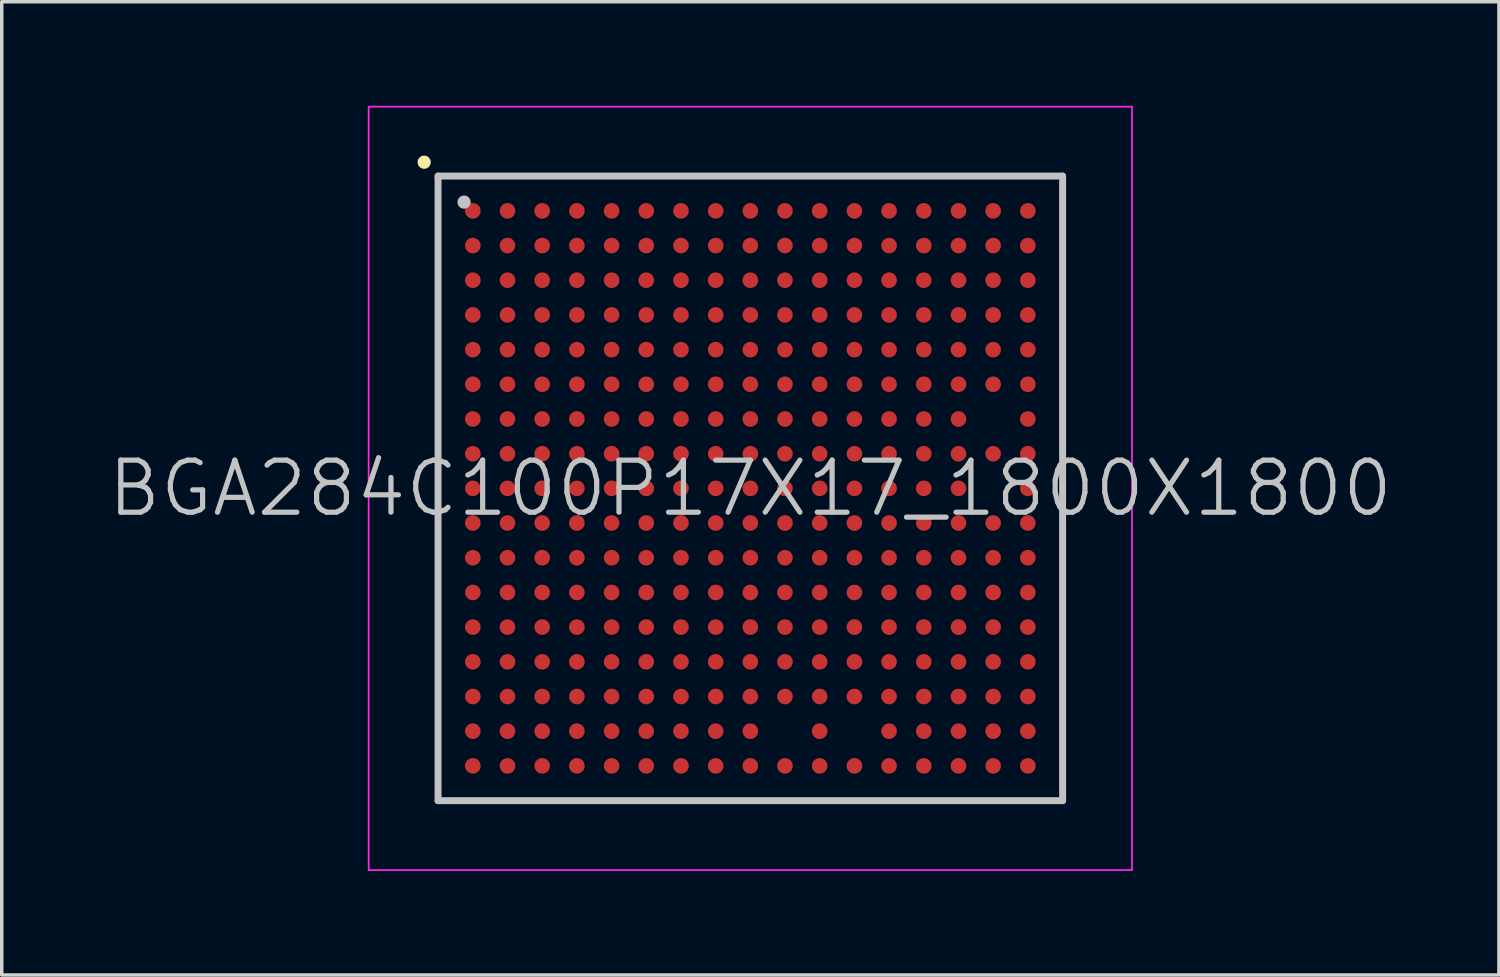
<source format=kicad_pcb>
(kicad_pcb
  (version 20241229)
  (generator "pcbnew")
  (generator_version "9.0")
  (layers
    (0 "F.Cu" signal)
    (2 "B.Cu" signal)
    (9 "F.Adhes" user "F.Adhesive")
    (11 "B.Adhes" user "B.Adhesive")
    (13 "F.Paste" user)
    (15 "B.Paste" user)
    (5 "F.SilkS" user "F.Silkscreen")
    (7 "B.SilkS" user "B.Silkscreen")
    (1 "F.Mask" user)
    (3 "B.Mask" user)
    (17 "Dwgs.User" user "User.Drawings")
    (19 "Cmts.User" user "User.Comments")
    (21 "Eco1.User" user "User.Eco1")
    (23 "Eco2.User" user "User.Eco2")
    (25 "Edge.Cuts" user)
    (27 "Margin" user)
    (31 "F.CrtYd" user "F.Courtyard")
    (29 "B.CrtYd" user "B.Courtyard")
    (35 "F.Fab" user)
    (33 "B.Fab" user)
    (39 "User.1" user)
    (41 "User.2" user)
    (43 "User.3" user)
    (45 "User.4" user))
  (footprint "BGA284C100P17X17_1800X1800"
    (layer "F.Cu")
    (at 18.575 11.025)
    (property "Reference" "BGA284C100P17X17_1800X1800" (at 0 0 0) (layer "Dwgs.User") (effects (font (size 1.5 1.5) (thickness 0.15))))
    (attr smd)
    (fp_line (start -9.4 -9.4) (end -9.4 -9.4) (stroke (width 0.381) (type solid)) (layer "F.SilkS"))
    (fp_line (start -9 -9) (end -9 9) (stroke (width 0.2) (type solid)) (layer "Dwgs.User"))
    (fp_line (start -9 -9) (end 9 -9) (stroke (width 0.2) (type solid)) (layer "Dwgs.User"))
    (fp_line (start -9 9) (end 9 9) (stroke (width 0.2) (type solid)) (layer "Dwgs.User"))
    (fp_line (start -8.25 -8.25) (end -8.25 -8.25) (stroke (width 0.381) (type solid)) (layer "Dwgs.User"))
    (fp_line (start 9 -9) (end 9 9) (stroke (width 0.2) (type solid)) (layer "Dwgs.User"))
    (fp_line (start -11 -11) (end -11 11) (stroke (width 0.05) (type solid)) (layer "F.CrtYd"))
    (fp_line (start -11 -11) (end 11 -11) (stroke (width 0.05) (type solid)) (layer "F.CrtYd"))
    (fp_line (start -11 11) (end 11 11) (stroke (width 0.05) (type solid)) (layer "F.CrtYd"))
    (fp_line (start 11 -11) (end 11 11) (stroke (width 0.05) (type solid)) (layer "F.CrtYd"))
    (pad "A1" smd circle (at -7.998 -7.998 270) (size 0.45 0.45) (layers "F.Cu" "F.Mask" "F.Paste"))
    (pad "A2" smd circle (at -6.998 -7.998 270) (size 0.45 0.45) (layers "F.Cu" "F.Mask" "F.Paste"))
    (pad "A3" smd circle (at -5.999 -7.998 270) (size 0.45 0.45) (layers "F.Cu" "F.Mask" "F.Paste"))
    (pad "A4" smd circle (at -4.999 -7.998 270) (size 0.45 0.45) (layers "F.Cu" "F.Mask" "F.Paste"))
    (pad "A5" smd circle (at -3.998 -7.998 270) (size 0.45 0.45) (layers "F.Cu" "F.Mask" "F.Paste"))
    (pad "A6" smd circle (at -3 -7.998 270) (size 0.45 0.45) (layers "F.Cu" "F.Mask" "F.Paste"))
    (pad "A7" smd circle (at -1.999 -7.998 270) (size 0.45 0.45) (layers "F.Cu" "F.Mask" "F.Paste"))
    (pad "A8" smd circle (at -0.998 -7.998 270) (size 0.45 0.45) (layers "F.Cu" "F.Mask" "F.Paste"))
    (pad "A9" smd circle (at 0 -7.998 270) (size 0.45 0.45) (layers "F.Cu" "F.Mask" "F.Paste"))
    (pad "A10" smd circle (at 0.998 -7.998 270) (size 0.45 0.45) (layers "F.Cu" "F.Mask" "F.Paste"))
    (pad "A11" smd circle (at 1.999 -7.998 270) (size 0.45 0.45) (layers "F.Cu" "F.Mask" "F.Paste"))
    (pad "A12" smd circle (at 3 -7.998 270) (size 0.45 0.45) (layers "F.Cu" "F.Mask" "F.Paste"))
    (pad "A13" smd circle (at 3.998 -7.998 270) (size 0.45 0.45) (layers "F.Cu" "F.Mask" "F.Paste"))
    (pad "A14" smd circle (at 4.999 -7.998 270) (size 0.45 0.45) (layers "F.Cu" "F.Mask" "F.Paste"))
    (pad "A15" smd circle (at 5.999 -7.998 270) (size 0.45 0.45) (layers "F.Cu" "F.Mask" "F.Paste"))
    (pad "A16" smd circle (at 6.998 -7.998 270) (size 0.45 0.45) (layers "F.Cu" "F.Mask" "F.Paste"))
    (pad "A17" smd circle (at 7.998 -7.998 270) (size 0.45 0.45) (layers "F.Cu" "F.Mask" "F.Paste"))
    (pad "B1" smd circle (at -7.998 -6.998 270) (size 0.45 0.45) (layers "F.Cu" "F.Mask" "F.Paste"))
    (pad "B2" smd circle (at -6.998 -6.998 270) (size 0.45 0.45) (layers "F.Cu" "F.Mask" "F.Paste"))
    (pad "B3" smd circle (at -5.999 -6.998 270) (size 0.45 0.45) (layers "F.Cu" "F.Mask" "F.Paste"))
    (pad "B4" smd circle (at -4.999 -6.998 270) (size 0.45 0.45) (layers "F.Cu" "F.Mask" "F.Paste"))
    (pad "B5" smd circle (at -3.998 -6.998 270) (size 0.45 0.45) (layers "F.Cu" "F.Mask" "F.Paste"))
    (pad "B6" smd circle (at -3 -6.998 270) (size 0.45 0.45) (layers "F.Cu" "F.Mask" "F.Paste"))
    (pad "B7" smd circle (at -1.999 -6.998 270) (size 0.45 0.45) (layers "F.Cu" "F.Mask" "F.Paste"))
    (pad "B8" smd circle (at -0.998 -6.998 270) (size 0.45 0.45) (layers "F.Cu" "F.Mask" "F.Paste"))
    (pad "B9" smd circle (at 0 -6.998 270) (size 0.45 0.45) (layers "F.Cu" "F.Mask" "F.Paste"))
    (pad "B10" smd circle (at 0.998 -6.998 270) (size 0.45 0.45) (layers "F.Cu" "F.Mask" "F.Paste"))
    (pad "B11" smd circle (at 1.999 -6.998 270) (size 0.45 0.45) (layers "F.Cu" "F.Mask" "F.Paste"))
    (pad "B12" smd circle (at 3 -6.998 270) (size 0.45 0.45) (layers "F.Cu" "F.Mask" "F.Paste"))
    (pad "B13" smd circle (at 3.998 -6.998 270) (size 0.45 0.45) (layers "F.Cu" "F.Mask" "F.Paste"))
    (pad "B14" smd circle (at 4.999 -6.998 270) (size 0.45 0.45) (layers "F.Cu" "F.Mask" "F.Paste"))
    (pad "B15" smd circle (at 5.999 -6.998 270) (size 0.45 0.45) (layers "F.Cu" "F.Mask" "F.Paste"))
    (pad "B16" smd circle (at 6.998 -6.998 270) (size 0.45 0.45) (layers "F.Cu" "F.Mask" "F.Paste"))
    (pad "B17" smd circle (at 7.998 -6.998 270) (size 0.45 0.45) (layers "F.Cu" "F.Mask" "F.Paste"))
    (pad "C1" smd circle (at -7.998 -5.999 270) (size 0.45 0.45) (layers "F.Cu" "F.Mask" "F.Paste"))
    (pad "C2" smd circle (at -6.998 -5.999 270) (size 0.45 0.45) (layers "F.Cu" "F.Mask" "F.Paste"))
    (pad "C3" smd circle (at -5.999 -5.999 270) (size 0.45 0.45) (layers "F.Cu" "F.Mask" "F.Paste"))
    (pad "C4" smd circle (at -4.999 -5.999 270) (size 0.45 0.45) (layers "F.Cu" "F.Mask" "F.Paste"))
    (pad "C5" smd circle (at -3.998 -5.999 270) (size 0.45 0.45) (layers "F.Cu" "F.Mask" "F.Paste"))
    (pad "C6" smd circle (at -3 -5.999 270) (size 0.45 0.45) (layers "F.Cu" "F.Mask" "F.Paste"))
    (pad "C7" smd circle (at -1.999 -5.999 270) (size 0.45 0.45) (layers "F.Cu" "F.Mask" "F.Paste"))
    (pad "C8" smd circle (at -0.998 -5.999 270) (size 0.45 0.45) (layers "F.Cu" "F.Mask" "F.Paste"))
    (pad "C9" smd circle (at 0 -5.999 270) (size 0.45 0.45) (layers "F.Cu" "F.Mask" "F.Paste"))
    (pad "C10" smd circle (at 0.998 -5.999 270) (size 0.45 0.45) (layers "F.Cu" "F.Mask" "F.Paste"))
    (pad "C11" smd circle (at 1.999 -5.999 270) (size 0.45 0.45) (layers "F.Cu" "F.Mask" "F.Paste"))
    (pad "C12" smd circle (at 3 -5.999 270) (size 0.45 0.45) (layers "F.Cu" "F.Mask" "F.Paste"))
    (pad "C13" smd circle (at 3.998 -5.999 270) (size 0.45 0.45) (layers "F.Cu" "F.Mask" "F.Paste"))
    (pad "C14" smd circle (at 4.999 -5.999 270) (size 0.45 0.45) (layers "F.Cu" "F.Mask" "F.Paste"))
    (pad "C15" smd circle (at 5.999 -5.999 270) (size 0.45 0.45) (layers "F.Cu" "F.Mask" "F.Paste"))
    (pad "C16" smd circle (at 6.998 -5.999 270) (size 0.45 0.45) (layers "F.Cu" "F.Mask" "F.Paste"))
    (pad "C17" smd circle (at 7.998 -5.999 270) (size 0.45 0.45) (layers "F.Cu" "F.Mask" "F.Paste"))
    (pad "D1" smd circle (at -7.998 -4.999 270) (size 0.45 0.45) (layers "F.Cu" "F.Mask" "F.Paste"))
    (pad "D2" smd circle (at -6.998 -4.999 270) (size 0.45 0.45) (layers "F.Cu" "F.Mask" "F.Paste"))
    (pad "D3" smd circle (at -5.999 -4.999 270) (size 0.45 0.45) (layers "F.Cu" "F.Mask" "F.Paste"))
    (pad "D4" smd circle (at -4.999 -4.999 270) (size 0.45 0.45) (layers "F.Cu" "F.Mask" "F.Paste"))
    (pad "D5" smd circle (at -3.998 -4.999 270) (size 0.45 0.45) (layers "F.Cu" "F.Mask" "F.Paste"))
    (pad "D6" smd circle (at -3 -4.999 270) (size 0.45 0.45) (layers "F.Cu" "F.Mask" "F.Paste"))
    (pad "D7" smd circle (at -1.999 -4.999 270) (size 0.45 0.45) (layers "F.Cu" "F.Mask" "F.Paste"))
    (pad "D8" smd circle (at -0.998 -4.999 270) (size 0.45 0.45) (layers "F.Cu" "F.Mask" "F.Paste"))
    (pad "D9" smd circle (at 0 -4.999 270) (size 0.45 0.45) (layers "F.Cu" "F.Mask" "F.Paste"))
    (pad "D10" smd circle (at 0.998 -4.999 270) (size 0.45 0.45) (layers "F.Cu" "F.Mask" "F.Paste"))
    (pad "D11" smd circle (at 1.999 -4.999 270) (size 0.45 0.45) (layers "F.Cu" "F.Mask" "F.Paste"))
    (pad "D12" smd circle (at 3 -4.999 270) (size 0.45 0.45) (layers "F.Cu" "F.Mask" "F.Paste"))
    (pad "D13" smd circle (at 3.998 -4.999 270) (size 0.45 0.45) (layers "F.Cu" "F.Mask" "F.Paste"))
    (pad "D14" smd circle (at 4.999 -4.999 270) (size 0.45 0.45) (layers "F.Cu" "F.Mask" "F.Paste"))
    (pad "D15" smd circle (at 5.999 -4.999 270) (size 0.45 0.45) (layers "F.Cu" "F.Mask" "F.Paste"))
    (pad "D16" smd circle (at 6.998 -4.999 270) (size 0.45 0.45) (layers "F.Cu" "F.Mask" "F.Paste"))
    (pad "D17" smd circle (at 7.998 -4.999 270) (size 0.45 0.45) (layers "F.Cu" "F.Mask" "F.Paste"))
    (pad "E1" smd circle (at -7.998 -3.998 270) (size 0.45 0.45) (layers "F.Cu" "F.Mask" "F.Paste"))
    (pad "E2" smd circle (at -6.998 -3.998 270) (size 0.45 0.45) (layers "F.Cu" "F.Mask" "F.Paste"))
    (pad "E3" smd circle (at -5.999 -3.998 270) (size 0.45 0.45) (layers "F.Cu" "F.Mask" "F.Paste"))
    (pad "E4" smd circle (at -4.999 -3.998 270) (size 0.45 0.45) (layers "F.Cu" "F.Mask" "F.Paste"))
    (pad "E5" smd circle (at -3.998 -3.998 270) (size 0.45 0.45) (layers "F.Cu" "F.Mask" "F.Paste"))
    (pad "E6" smd circle (at -3 -3.998 270) (size 0.45 0.45) (layers "F.Cu" "F.Mask" "F.Paste"))
    (pad "E7" smd circle (at -1.999 -3.998 270) (size 0.45 0.45) (layers "F.Cu" "F.Mask" "F.Paste"))
    (pad "E8" smd circle (at -0.998 -3.998 270) (size 0.45 0.45) (layers "F.Cu" "F.Mask" "F.Paste"))
    (pad "E9" smd circle (at 0 -3.998 270) (size 0.45 0.45) (layers "F.Cu" "F.Mask" "F.Paste"))
    (pad "E10" smd circle (at 0.998 -3.998 270) (size 0.45 0.45) (layers "F.Cu" "F.Mask" "F.Paste"))
    (pad "E11" smd circle (at 1.999 -3.998 270) (size 0.45 0.45) (layers "F.Cu" "F.Mask" "F.Paste"))
    (pad "E12" smd circle (at 3 -3.998 270) (size 0.45 0.45) (layers "F.Cu" "F.Mask" "F.Paste"))
    (pad "E13" smd circle (at 3.998 -3.998 270) (size 0.45 0.45) (layers "F.Cu" "F.Mask" "F.Paste"))
    (pad "E14" smd circle (at 4.999 -3.998 270) (size 0.45 0.45) (layers "F.Cu" "F.Mask" "F.Paste"))
    (pad "E15" smd circle (at 5.999 -3.998 270) (size 0.45 0.45) (layers "F.Cu" "F.Mask" "F.Paste"))
    (pad "E16" smd circle (at 6.998 -3.998 270) (size 0.45 0.45) (layers "F.Cu" "F.Mask" "F.Paste"))
    (pad "E17" smd circle (at 7.998 -3.998 270) (size 0.45 0.45) (layers "F.Cu" "F.Mask" "F.Paste"))
    (pad "F1" smd circle (at -7.998 -3 270) (size 0.45 0.45) (layers "F.Cu" "F.Mask" "F.Paste"))
    (pad "F2" smd circle (at -6.998 -3 270) (size 0.45 0.45) (layers "F.Cu" "F.Mask" "F.Paste"))
    (pad "F3" smd circle (at -5.999 -3 270) (size 0.45 0.45) (layers "F.Cu" "F.Mask" "F.Paste"))
    (pad "F4" smd circle (at -4.999 -3 270) (size 0.45 0.45) (layers "F.Cu" "F.Mask" "F.Paste"))
    (pad "F5" smd circle (at -3.998 -3 270) (size 0.45 0.45) (layers "F.Cu" "F.Mask" "F.Paste"))
    (pad "F6" smd circle (at -3 -3 270) (size 0.45 0.45) (layers "F.Cu" "F.Mask" "F.Paste"))
    (pad "F7" smd circle (at -1.999 -3 270) (size 0.45 0.45) (layers "F.Cu" "F.Mask" "F.Paste"))
    (pad "F8" smd circle (at -0.998 -3 270) (size 0.45 0.45) (layers "F.Cu" "F.Mask" "F.Paste"))
    (pad "F9" smd circle (at 0 -3 270) (size 0.45 0.45) (layers "F.Cu" "F.Mask" "F.Paste"))
    (pad "F10" smd circle (at 0.998 -3 270) (size 0.45 0.45) (layers "F.Cu" "F.Mask" "F.Paste"))
    (pad "F11" smd circle (at 1.999 -3 270) (size 0.45 0.45) (layers "F.Cu" "F.Mask" "F.Paste"))
    (pad "F12" smd circle (at 3 -3 270) (size 0.45 0.45) (layers "F.Cu" "F.Mask" "F.Paste"))
    (pad "F13" smd circle (at 3.998 -3 270) (size 0.45 0.45) (layers "F.Cu" "F.Mask" "F.Paste"))
    (pad "F14" smd circle (at 4.999 -3 270) (size 0.45 0.45) (layers "F.Cu" "F.Mask" "F.Paste"))
    (pad "F15" smd circle (at 5.999 -3 270) (size 0.45 0.45) (layers "F.Cu" "F.Mask" "F.Paste"))
    (pad "F16" smd circle (at 6.998 -3 270) (size 0.45 0.45) (layers "F.Cu" "F.Mask" "F.Paste"))
    (pad "F17" smd circle (at 7.998 -3 270) (size 0.45 0.45) (layers "F.Cu" "F.Mask" "F.Paste"))
    (pad "G1" smd circle (at -7.998 -1.999 270) (size 0.45 0.45) (layers "F.Cu" "F.Mask" "F.Paste"))
    (pad "G2" smd circle (at -6.998 -1.999 270) (size 0.45 0.45) (layers "F.Cu" "F.Mask" "F.Paste"))
    (pad "G3" smd circle (at -5.999 -1.999 270) (size 0.45 0.45) (layers "F.Cu" "F.Mask" "F.Paste"))
    (pad "G4" smd circle (at -4.999 -1.999 270) (size 0.45 0.45) (layers "F.Cu" "F.Mask" "F.Paste"))
    (pad "G5" smd circle (at -3.998 -1.999 270) (size 0.45 0.45) (layers "F.Cu" "F.Mask" "F.Paste"))
    (pad "G6" smd circle (at -3 -1.999 270) (size 0.45 0.45) (layers "F.Cu" "F.Mask" "F.Paste"))
    (pad "G7" smd circle (at -1.999 -1.999 270) (size 0.45 0.45) (layers "F.Cu" "F.Mask" "F.Paste"))
    (pad "G8" smd circle (at -0.998 -1.999 270) (size 0.45 0.45) (layers "F.Cu" "F.Mask" "F.Paste"))
    (pad "G9" smd circle (at 0 -1.999 270) (size 0.45 0.45) (layers "F.Cu" "F.Mask" "F.Paste"))
    (pad "G10" smd circle (at 0.998 -1.999 270) (size 0.45 0.45) (layers "F.Cu" "F.Mask" "F.Paste"))
    (pad "G11" smd circle (at 1.999 -1.999 270) (size 0.45 0.45) (layers "F.Cu" "F.Mask" "F.Paste"))
    (pad "G12" smd circle (at 3 -1.999 270) (size 0.45 0.45) (layers "F.Cu" "F.Mask" "F.Paste"))
    (pad "G13" smd circle (at 3.998 -1.999 270) (size 0.45 0.45) (layers "F.Cu" "F.Mask" "F.Paste"))
    (pad "G14" smd circle (at 4.999 -1.999 270) (size 0.45 0.45) (layers "F.Cu" "F.Mask" "F.Paste"))
    (pad "G15" smd circle (at 5.999 -1.999 270) (size 0.45 0.45) (layers "F.Cu" "F.Mask" "F.Paste"))
    (pad "G17" smd circle (at 7.998 -1.999 270) (size 0.45 0.45) (layers "F.Cu" "F.Mask" "F.Paste"))
    (pad "H1" smd circle (at -7.998 -0.998 270) (size 0.45 0.45) (layers "F.Cu" "F.Mask" "F.Paste"))
    (pad "H2" smd circle (at -6.998 -0.998 270) (size 0.45 0.45) (layers "F.Cu" "F.Mask" "F.Paste"))
    (pad "H3" smd circle (at -5.999 -0.998 270) (size 0.45 0.45) (layers "F.Cu" "F.Mask" "F.Paste"))
    (pad "H4" smd circle (at -4.999 -0.998 270) (size 0.45 0.45) (layers "F.Cu" "F.Mask" "F.Paste"))
    (pad "H5" smd circle (at -3.998 -0.998 270) (size 0.45 0.45) (layers "F.Cu" "F.Mask" "F.Paste"))
    (pad "H6" smd circle (at -3 -0.998 270) (size 0.45 0.45) (layers "F.Cu" "F.Mask" "F.Paste"))
    (pad "H7" smd circle (at -1.999 -0.998 270) (size 0.45 0.45) (layers "F.Cu" "F.Mask" "F.Paste"))
    (pad "H8" smd circle (at -0.998 -0.998 270) (size 0.45 0.45) (layers "F.Cu" "F.Mask" "F.Paste"))
    (pad "H9" smd circle (at 0 -0.998 270) (size 0.45 0.45) (layers "F.Cu" "F.Mask" "F.Paste"))
    (pad "H10" smd circle (at 0.998 -0.998 270) (size 0.45 0.45) (layers "F.Cu" "F.Mask" "F.Paste"))
    (pad "H11" smd circle (at 1.999 -0.998 270) (size 0.45 0.45) (layers "F.Cu" "F.Mask" "F.Paste"))
    (pad "H12" smd circle (at 3 -0.998 270) (size 0.45 0.45) (layers "F.Cu" "F.Mask" "F.Paste"))
    (pad "H13" smd circle (at 3.998 -0.998 270) (size 0.45 0.45) (layers "F.Cu" "F.Mask" "F.Paste"))
    (pad "H14" smd circle (at 4.999 -0.998 270) (size 0.45 0.45) (layers "F.Cu" "F.Mask" "F.Paste"))
    (pad "H15" smd circle (at 5.999 -0.998 270) (size 0.45 0.45) (layers "F.Cu" "F.Mask" "F.Paste"))
    (pad "H16" smd circle (at 6.998 -0.998 270) (size 0.45 0.45) (layers "F.Cu" "F.Mask" "F.Paste"))
    (pad "H17" smd circle (at 7.998 -0.998 270) (size 0.45 0.45) (layers "F.Cu" "F.Mask" "F.Paste"))
    (pad "J1" smd circle (at -7.998 0 270) (size 0.45 0.45) (layers "F.Cu" "F.Mask" "F.Paste"))
    (pad "J2" smd circle (at -6.998 0 270) (size 0.45 0.45) (layers "F.Cu" "F.Mask" "F.Paste"))
    (pad "J3" smd circle (at -5.999 0 270) (size 0.45 0.45) (layers "F.Cu" "F.Mask" "F.Paste"))
    (pad "J4" smd circle (at -4.999 0 270) (size 0.45 0.45) (layers "F.Cu" "F.Mask" "F.Paste"))
    (pad "J5" smd circle (at -3.998 0 270) (size 0.45 0.45) (layers "F.Cu" "F.Mask" "F.Paste"))
    (pad "J6" smd circle (at -3 0 270) (size 0.45 0.45) (layers "F.Cu" "F.Mask" "F.Paste"))
    (pad "J7" smd circle (at -1.999 0 270) (size 0.45 0.45) (layers "F.Cu" "F.Mask" "F.Paste"))
    (pad "J8" smd circle (at -0.998 0 270) (size 0.45 0.45) (layers "F.Cu" "F.Mask" "F.Paste"))
    (pad "J9" smd circle (at 0 0 270) (size 0.45 0.45) (layers "F.Cu" "F.Mask" "F.Paste"))
    (pad "J10" smd circle (at 0.998 0 270) (size 0.45 0.45) (layers "F.Cu" "F.Mask" "F.Paste"))
    (pad "J11" smd circle (at 1.999 0 270) (size 0.45 0.45) (layers "F.Cu" "F.Mask" "F.Paste"))
    (pad "J12" smd circle (at 3 0 270) (size 0.45 0.45) (layers "F.Cu" "F.Mask" "F.Paste"))
    (pad "J13" smd circle (at 3.998 0 270) (size 0.45 0.45) (layers "F.Cu" "F.Mask" "F.Paste"))
    (pad "J14" smd circle (at 4.999 0 270) (size 0.45 0.45) (layers "F.Cu" "F.Mask" "F.Paste"))
    (pad "J15" smd circle (at 5.999 0 270) (size 0.45 0.45) (layers "F.Cu" "F.Mask" "F.Paste"))
    (pad "J17" smd circle (at 7.998 0 270) (size 0.45 0.45) (layers "F.Cu" "F.Mask" "F.Paste"))
    (pad "K1" smd circle (at -7.998 0.998 270) (size 0.45 0.45) (layers "F.Cu" "F.Mask" "F.Paste"))
    (pad "K2" smd circle (at -6.998 0.998 270) (size 0.45 0.45) (layers "F.Cu" "F.Mask" "F.Paste"))
    (pad "K3" smd circle (at -5.999 0.998 270) (size 0.45 0.45) (layers "F.Cu" "F.Mask" "F.Paste"))
    (pad "K4" smd circle (at -4.999 0.998 270) (size 0.45 0.45) (layers "F.Cu" "F.Mask" "F.Paste"))
    (pad "K5" smd circle (at -3.998 0.998 270) (size 0.45 0.45) (layers "F.Cu" "F.Mask" "F.Paste"))
    (pad "K6" smd circle (at -3 0.998 270) (size 0.45 0.45) (layers "F.Cu" "F.Mask" "F.Paste"))
    (pad "K7" smd circle (at -1.999 0.998 270) (size 0.45 0.45) (layers "F.Cu" "F.Mask" "F.Paste"))
    (pad "K8" smd circle (at -0.998 0.998 270) (size 0.45 0.45) (layers "F.Cu" "F.Mask" "F.Paste"))
    (pad "K9" smd circle (at 0 0.998 270) (size 0.45 0.45) (layers "F.Cu" "F.Mask" "F.Paste"))
    (pad "K10" smd circle (at 0.998 0.998 270) (size 0.45 0.45) (layers "F.Cu" "F.Mask" "F.Paste"))
    (pad "K11" smd circle (at 1.999 0.998 270) (size 0.45 0.45) (layers "F.Cu" "F.Mask" "F.Paste"))
    (pad "K12" smd circle (at 3 0.998 270) (size 0.45 0.45) (layers "F.Cu" "F.Mask" "F.Paste"))
    (pad "K13" smd circle (at 3.998 0.998 270) (size 0.45 0.45) (layers "F.Cu" "F.Mask" "F.Paste"))
    (pad "K14" smd circle (at 4.999 0.998 270) (size 0.45 0.45) (layers "F.Cu" "F.Mask" "F.Paste"))
    (pad "K15" smd circle (at 5.999 0.998 270) (size 0.45 0.45) (layers "F.Cu" "F.Mask" "F.Paste"))
    (pad "K16" smd circle (at 6.998 0.998 270) (size 0.45 0.45) (layers "F.Cu" "F.Mask" "F.Paste"))
    (pad "K17" smd circle (at 7.998 0.998 270) (size 0.45 0.45) (layers "F.Cu" "F.Mask" "F.Paste"))
    (pad "L1" smd circle (at -7.998 1.999 270) (size 0.45 0.45) (layers "F.Cu" "F.Mask" "F.Paste"))
    (pad "L2" smd circle (at -6.998 1.999 270) (size 0.45 0.45) (layers "F.Cu" "F.Mask" "F.Paste"))
    (pad "L3" smd circle (at -5.999 1.999 270) (size 0.45 0.45) (layers "F.Cu" "F.Mask" "F.Paste"))
    (pad "L4" smd circle (at -4.999 1.999 270) (size 0.45 0.45) (layers "F.Cu" "F.Mask" "F.Paste"))
    (pad "L5" smd circle (at -3.998 1.999 270) (size 0.45 0.45) (layers "F.Cu" "F.Mask" "F.Paste"))
    (pad "L6" smd circle (at -3 1.999 270) (size 0.45 0.45) (layers "F.Cu" "F.Mask" "F.Paste"))
    (pad "L7" smd circle (at -1.999 1.999 270) (size 0.45 0.45) (layers "F.Cu" "F.Mask" "F.Paste"))
    (pad "L8" smd circle (at -0.998 1.999 270) (size 0.45 0.45) (layers "F.Cu" "F.Mask" "F.Paste"))
    (pad "L9" smd circle (at 0 1.999 270) (size 0.45 0.45) (layers "F.Cu" "F.Mask" "F.Paste"))
    (pad "L10" smd circle (at 0.998 1.999 270) (size 0.45 0.45) (layers "F.Cu" "F.Mask" "F.Paste"))
    (pad "L11" smd circle (at 1.999 1.999 270) (size 0.45 0.45) (layers "F.Cu" "F.Mask" "F.Paste"))
    (pad "L12" smd circle (at 3 1.999 270) (size 0.45 0.45) (layers "F.Cu" "F.Mask" "F.Paste"))
    (pad "L13" smd circle (at 3.998 1.999 270) (size 0.45 0.45) (layers "F.Cu" "F.Mask" "F.Paste"))
    (pad "L14" smd circle (at 4.999 1.999 270) (size 0.45 0.45) (layers "F.Cu" "F.Mask" "F.Paste"))
    (pad "L15" smd circle (at 5.999 1.999 270) (size 0.45 0.45) (layers "F.Cu" "F.Mask" "F.Paste"))
    (pad "L16" smd circle (at 6.998 1.999 270) (size 0.45 0.45) (layers "F.Cu" "F.Mask" "F.Paste"))
    (pad "L17" smd circle (at 7.998 1.999 270) (size 0.45 0.45) (layers "F.Cu" "F.Mask" "F.Paste"))
    (pad "M1" smd circle (at -7.998 3 270) (size 0.45 0.45) (layers "F.Cu" "F.Mask" "F.Paste"))
    (pad "M2" smd circle (at -6.998 3 270) (size 0.45 0.45) (layers "F.Cu" "F.Mask" "F.Paste"))
    (pad "M3" smd circle (at -5.999 3 270) (size 0.45 0.45) (layers "F.Cu" "F.Mask" "F.Paste"))
    (pad "M4" smd circle (at -4.999 3 270) (size 0.45 0.45) (layers "F.Cu" "F.Mask" "F.Paste"))
    (pad "M5" smd circle (at -3.998 3 270) (size 0.45 0.45) (layers "F.Cu" "F.Mask" "F.Paste"))
    (pad "M6" smd circle (at -3 3 270) (size 0.45 0.45) (layers "F.Cu" "F.Mask" "F.Paste"))
    (pad "M7" smd circle (at -1.999 3 270) (size 0.45 0.45) (layers "F.Cu" "F.Mask" "F.Paste"))
    (pad "M8" smd circle (at -0.998 3 270) (size 0.45 0.45) (layers "F.Cu" "F.Mask" "F.Paste"))
    (pad "M9" smd circle (at 0 3 270) (size 0.45 0.45) (layers "F.Cu" "F.Mask" "F.Paste"))
    (pad "M10" smd circle (at 0.998 3 270) (size 0.45 0.45) (layers "F.Cu" "F.Mask" "F.Paste"))
    (pad "M11" smd circle (at 1.999 3 270) (size 0.45 0.45) (layers "F.Cu" "F.Mask" "F.Paste"))
    (pad "M12" smd circle (at 3 3 270) (size 0.45 0.45) (layers "F.Cu" "F.Mask" "F.Paste"))
    (pad "M13" smd circle (at 3.998 3 270) (size 0.45 0.45) (layers "F.Cu" "F.Mask" "F.Paste"))
    (pad "M14" smd circle (at 4.999 3 270) (size 0.45 0.45) (layers "F.Cu" "F.Mask" "F.Paste"))
    (pad "M15" smd circle (at 5.999 3 270) (size 0.45 0.45) (layers "F.Cu" "F.Mask" "F.Paste"))
    (pad "M16" smd circle (at 6.998 3 270) (size 0.45 0.45) (layers "F.Cu" "F.Mask" "F.Paste"))
    (pad "M17" smd circle (at 7.998 3 270) (size 0.45 0.45) (layers "F.Cu" "F.Mask" "F.Paste"))
    (pad "N1" smd circle (at -7.998 3.998 270) (size 0.45 0.45) (layers "F.Cu" "F.Mask" "F.Paste"))
    (pad "N2" smd circle (at -6.998 3.998 270) (size 0.45 0.45) (layers "F.Cu" "F.Mask" "F.Paste"))
    (pad "N3" smd circle (at -5.999 3.998 270) (size 0.45 0.45) (layers "F.Cu" "F.Mask" "F.Paste"))
    (pad "N4" smd circle (at -4.999 3.998 270) (size 0.45 0.45) (layers "F.Cu" "F.Mask" "F.Paste"))
    (pad "N5" smd circle (at -3.998 3.998 270) (size 0.45 0.45) (layers "F.Cu" "F.Mask" "F.Paste"))
    (pad "N6" smd circle (at -3 3.998 270) (size 0.45 0.45) (layers "F.Cu" "F.Mask" "F.Paste"))
    (pad "N7" smd circle (at -1.999 3.998 270) (size 0.45 0.45) (layers "F.Cu" "F.Mask" "F.Paste"))
    (pad "N8" smd circle (at -0.998 3.998 270) (size 0.45 0.45) (layers "F.Cu" "F.Mask" "F.Paste"))
    (pad "N9" smd circle (at 0 3.998 270) (size 0.45 0.45) (layers "F.Cu" "F.Mask" "F.Paste"))
    (pad "N10" smd circle (at 0.998 3.998 270) (size 0.45 0.45) (layers "F.Cu" "F.Mask" "F.Paste"))
    (pad "N11" smd circle (at 1.999 3.998 270) (size 0.45 0.45) (layers "F.Cu" "F.Mask" "F.Paste"))
    (pad "N12" smd circle (at 3 3.998 270) (size 0.45 0.45) (layers "F.Cu" "F.Mask" "F.Paste"))
    (pad "N13" smd circle (at 3.998 3.998 270) (size 0.45 0.45) (layers "F.Cu" "F.Mask" "F.Paste"))
    (pad "N14" smd circle (at 4.999 3.998 270) (size 0.45 0.45) (layers "F.Cu" "F.Mask" "F.Paste"))
    (pad "N15" smd circle (at 5.999 3.998 270) (size 0.45 0.45) (layers "F.Cu" "F.Mask" "F.Paste"))
    (pad "N16" smd circle (at 6.998 3.998 270) (size 0.45 0.45) (layers "F.Cu" "F.Mask" "F.Paste"))
    (pad "N17" smd circle (at 7.998 3.998 270) (size 0.45 0.45) (layers "F.Cu" "F.Mask" "F.Paste"))
    (pad "P1" smd circle (at -7.998 4.999 270) (size 0.45 0.45) (layers "F.Cu" "F.Mask" "F.Paste"))
    (pad "P2" smd circle (at -6.998 4.999 270) (size 0.45 0.45) (layers "F.Cu" "F.Mask" "F.Paste"))
    (pad "P3" smd circle (at -5.999 4.999 270) (size 0.45 0.45) (layers "F.Cu" "F.Mask" "F.Paste"))
    (pad "P4" smd circle (at -4.999 4.999 270) (size 0.45 0.45) (layers "F.Cu" "F.Mask" "F.Paste"))
    (pad "P5" smd circle (at -3.998 4.999 270) (size 0.45 0.45) (layers "F.Cu" "F.Mask" "F.Paste"))
    (pad "P6" smd circle (at -3 4.999 270) (size 0.45 0.45) (layers "F.Cu" "F.Mask" "F.Paste"))
    (pad "P7" smd circle (at -1.999 4.999 270) (size 0.45 0.45) (layers "F.Cu" "F.Mask" "F.Paste"))
    (pad "P8" smd circle (at -0.998 4.999 270) (size 0.45 0.45) (layers "F.Cu" "F.Mask" "F.Paste"))
    (pad "P9" smd circle (at 0 4.999 270) (size 0.45 0.45) (layers "F.Cu" "F.Mask" "F.Paste"))
    (pad "P10" smd circle (at 0.998 4.999 270) (size 0.45 0.45) (layers "F.Cu" "F.Mask" "F.Paste"))
    (pad "P11" smd circle (at 1.999 4.999 270) (size 0.45 0.45) (layers "F.Cu" "F.Mask" "F.Paste"))
    (pad "P12" smd circle (at 3 4.999 270) (size 0.45 0.45) (layers "F.Cu" "F.Mask" "F.Paste"))
    (pad "P13" smd circle (at 3.998 4.999 270) (size 0.45 0.45) (layers "F.Cu" "F.Mask" "F.Paste"))
    (pad "P14" smd circle (at 4.999 4.999 270) (size 0.45 0.45) (layers "F.Cu" "F.Mask" "F.Paste"))
    (pad "P15" smd circle (at 5.999 4.999 270) (size 0.45 0.45) (layers "F.Cu" "F.Mask" "F.Paste"))
    (pad "P16" smd circle (at 6.998 4.999 270) (size 0.45 0.45) (layers "F.Cu" "F.Mask" "F.Paste"))
    (pad "P17" smd circle (at 7.998 4.999 270) (size 0.45 0.45) (layers "F.Cu" "F.Mask" "F.Paste"))
    (pad "R1" smd circle (at -7.998 5.999 270) (size 0.45 0.45) (layers "F.Cu" "F.Mask" "F.Paste"))
    (pad "R2" smd circle (at -6.998 5.999 270) (size 0.45 0.45) (layers "F.Cu" "F.Mask" "F.Paste"))
    (pad "R3" smd circle (at -5.999 5.999 270) (size 0.45 0.45) (layers "F.Cu" "F.Mask" "F.Paste"))
    (pad "R4" smd circle (at -4.999 5.999 270) (size 0.45 0.45) (layers "F.Cu" "F.Mask" "F.Paste"))
    (pad "R5" smd circle (at -3.998 5.999 270) (size 0.45 0.45) (layers "F.Cu" "F.Mask" "F.Paste"))
    (pad "R6" smd circle (at -3 5.999 270) (size 0.45 0.45) (layers "F.Cu" "F.Mask" "F.Paste"))
    (pad "R7" smd circle (at -1.999 5.999 270) (size 0.45 0.45) (layers "F.Cu" "F.Mask" "F.Paste"))
    (pad "R8" smd circle (at -0.998 5.999 270) (size 0.45 0.45) (layers "F.Cu" "F.Mask" "F.Paste"))
    (pad "R9" smd circle (at 0 5.999 270) (size 0.45 0.45) (layers "F.Cu" "F.Mask" "F.Paste"))
    (pad "R10" smd circle (at 0.998 5.999 270) (size 0.45 0.45) (layers "F.Cu" "F.Mask" "F.Paste"))
    (pad "R11" smd circle (at 1.999 5.999 270) (size 0.45 0.45) (layers "F.Cu" "F.Mask" "F.Paste"))
    (pad "R12" smd circle (at 3 5.999 270) (size 0.45 0.45) (layers "F.Cu" "F.Mask" "F.Paste"))
    (pad "R13" smd circle (at 3.998 5.999 270) (size 0.45 0.45) (layers "F.Cu" "F.Mask" "F.Paste"))
    (pad "R14" smd circle (at 4.999 5.999 270) (size 0.45 0.45) (layers "F.Cu" "F.Mask" "F.Paste"))
    (pad "R15" smd circle (at 5.999 5.999 270) (size 0.45 0.45) (layers "F.Cu" "F.Mask" "F.Paste"))
    (pad "R16" smd circle (at 6.998 5.999 270) (size 0.45 0.45) (layers "F.Cu" "F.Mask" "F.Paste"))
    (pad "R17" smd circle (at 7.998 5.999 270) (size 0.45 0.45) (layers "F.Cu" "F.Mask" "F.Paste"))
    (pad "T1" smd circle (at -7.998 6.998 270) (size 0.45 0.45) (layers "F.Cu" "F.Mask" "F.Paste"))
    (pad "T2" smd circle (at -6.998 6.998 270) (size 0.45 0.45) (layers "F.Cu" "F.Mask" "F.Paste"))
    (pad "T3" smd circle (at -5.999 6.998 270) (size 0.45 0.45) (layers "F.Cu" "F.Mask" "F.Paste"))
    (pad "T4" smd circle (at -4.999 6.998 270) (size 0.45 0.45) (layers "F.Cu" "F.Mask" "F.Paste"))
    (pad "T5" smd circle (at -3.998 6.998 270) (size 0.45 0.45) (layers "F.Cu" "F.Mask" "F.Paste"))
    (pad "T6" smd circle (at -3 6.998 270) (size 0.45 0.45) (layers "F.Cu" "F.Mask" "F.Paste"))
    (pad "T7" smd circle (at -1.999 6.998 270) (size 0.45 0.45) (layers "F.Cu" "F.Mask" "F.Paste"))
    (pad "T8" smd circle (at -0.998 6.998 270) (size 0.45 0.45) (layers "F.Cu" "F.Mask" "F.Paste"))
    (pad "T9" smd circle (at 0 6.998 270) (size 0.45 0.45) (layers "F.Cu" "F.Mask" "F.Paste"))
    (pad "T11" smd circle (at 1.999 6.998 270) (size 0.45 0.45) (layers "F.Cu" "F.Mask" "F.Paste"))
    (pad "T13" smd circle (at 3.998 6.998 270) (size 0.45 0.45) (layers "F.Cu" "F.Mask" "F.Paste"))
    (pad "T14" smd circle (at 4.999 6.998 270) (size 0.45 0.45) (layers "F.Cu" "F.Mask" "F.Paste"))
    (pad "T15" smd circle (at 5.999 6.998 270) (size 0.45 0.45) (layers "F.Cu" "F.Mask" "F.Paste"))
    (pad "T16" smd circle (at 6.998 6.998 270) (size 0.45 0.45) (layers "F.Cu" "F.Mask" "F.Paste"))
    (pad "T17" smd circle (at 7.998 6.998 270) (size 0.45 0.45) (layers "F.Cu" "F.Mask" "F.Paste"))
    (pad "U1" smd circle (at -7.998 7.998 270) (size 0.45 0.45) (layers "F.Cu" "F.Mask" "F.Paste"))
    (pad "U2" smd circle (at -6.998 7.998 270) (size 0.45 0.45) (layers "F.Cu" "F.Mask" "F.Paste"))
    (pad "U3" smd circle (at -5.999 7.998 270) (size 0.45 0.45) (layers "F.Cu" "F.Mask" "F.Paste"))
    (pad "U4" smd circle (at -4.999 7.998 270) (size 0.45 0.45) (layers "F.Cu" "F.Mask" "F.Paste"))
    (pad "U5" smd circle (at -3.998 7.998 270) (size 0.45 0.45) (layers "F.Cu" "F.Mask" "F.Paste"))
    (pad "U6" smd circle (at -3 7.998 270) (size 0.45 0.45) (layers "F.Cu" "F.Mask" "F.Paste"))
    (pad "U7" smd circle (at -1.999 7.998 270) (size 0.45 0.45) (layers "F.Cu" "F.Mask" "F.Paste"))
    (pad "U8" smd circle (at -0.998 7.998 270) (size 0.45 0.45) (layers "F.Cu" "F.Mask" "F.Paste"))
    (pad "U9" smd circle (at 0 7.998 270) (size 0.45 0.45) (layers "F.Cu" "F.Mask" "F.Paste"))
    (pad "U10" smd circle (at 0.998 7.998 270) (size 0.45 0.45) (layers "F.Cu" "F.Mask" "F.Paste"))
    (pad "U11" smd circle (at 1.999 7.998 270) (size 0.45 0.45) (layers "F.Cu" "F.Mask" "F.Paste"))
    (pad "U12" smd circle (at 3 7.998 270) (size 0.45 0.45) (layers "F.Cu" "F.Mask" "F.Paste"))
    (pad "U13" smd circle (at 3.998 7.998 270) (size 0.45 0.45) (layers "F.Cu" "F.Mask" "F.Paste"))
    (pad "U14" smd circle (at 4.999 7.998 270) (size 0.45 0.45) (layers "F.Cu" "F.Mask" "F.Paste"))
    (pad "U15" smd circle (at 5.999 7.998 270) (size 0.45 0.45) (layers "F.Cu" "F.Mask" "F.Paste"))
    (pad "U16" smd circle (at 6.998 7.998 270) (size 0.45 0.45) (layers "F.Cu" "F.Mask" "F.Paste"))
    (pad "U17" smd circle (at 7.998 7.998 270) (size 0.45 0.45) (layers "F.Cu" "F.Mask" "F.Paste")))
  (gr_rect
    (start -3 -3)
    (end 40.15 25.05)
    (stroke (width 0.1) (type default))
    (fill no)
    (layer "Edge.Cuts")))
</source>
